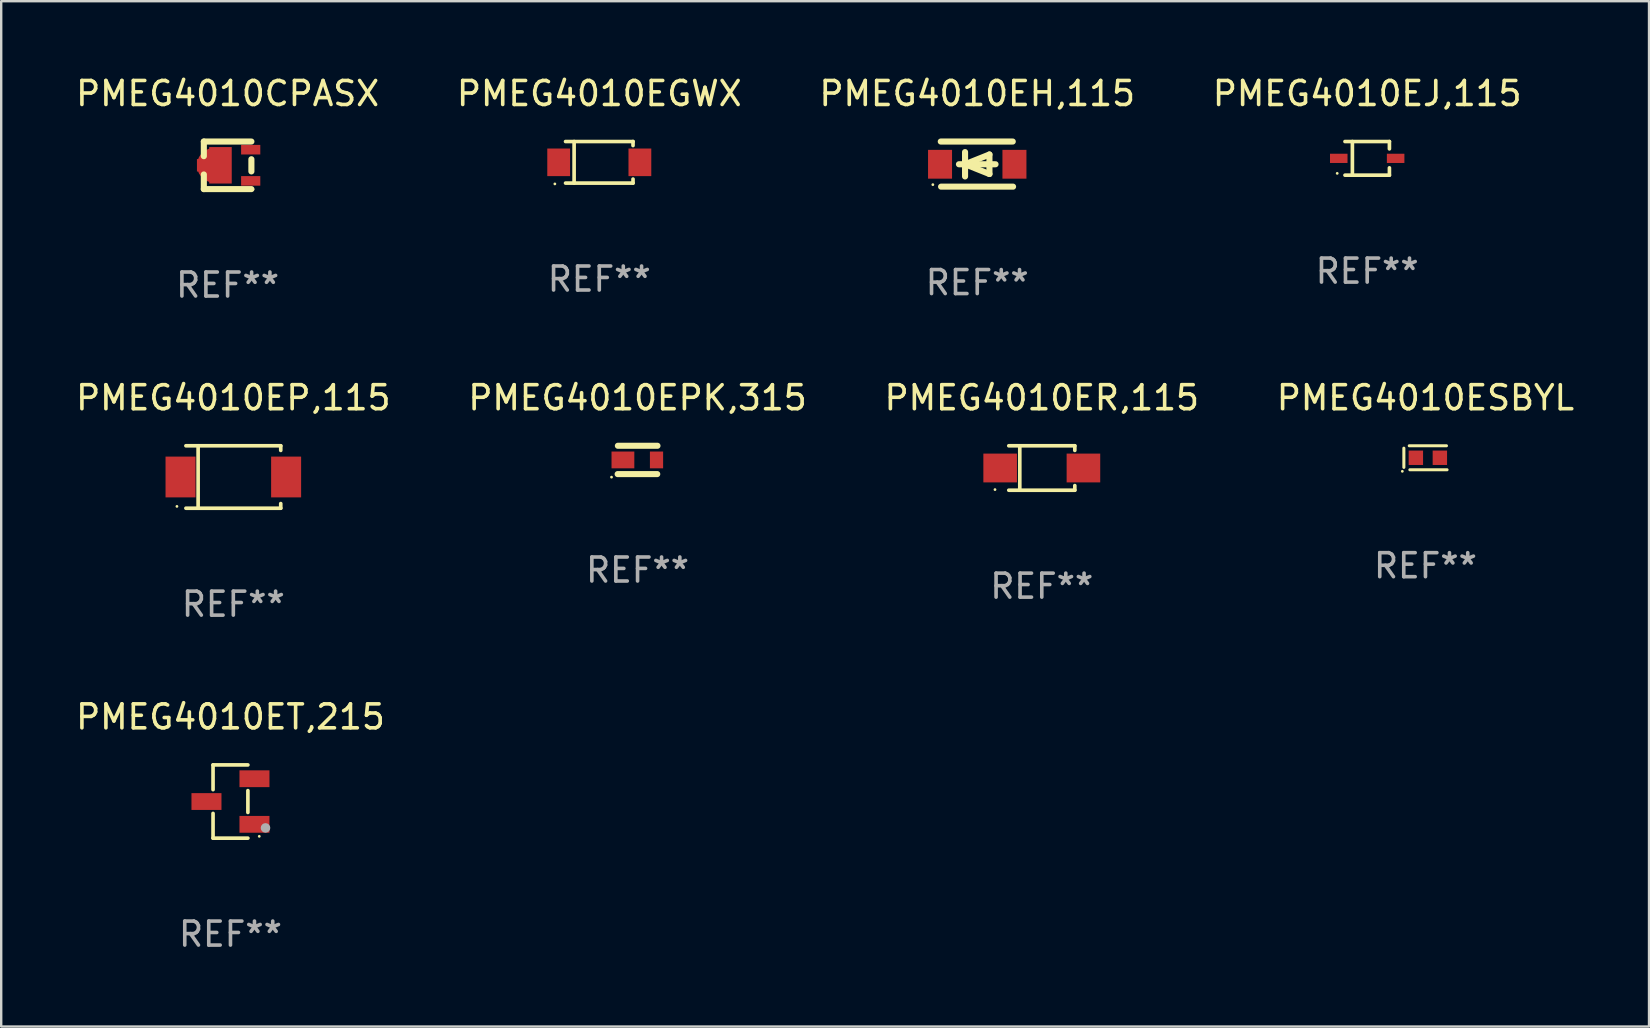
<source format=kicad_pcb>
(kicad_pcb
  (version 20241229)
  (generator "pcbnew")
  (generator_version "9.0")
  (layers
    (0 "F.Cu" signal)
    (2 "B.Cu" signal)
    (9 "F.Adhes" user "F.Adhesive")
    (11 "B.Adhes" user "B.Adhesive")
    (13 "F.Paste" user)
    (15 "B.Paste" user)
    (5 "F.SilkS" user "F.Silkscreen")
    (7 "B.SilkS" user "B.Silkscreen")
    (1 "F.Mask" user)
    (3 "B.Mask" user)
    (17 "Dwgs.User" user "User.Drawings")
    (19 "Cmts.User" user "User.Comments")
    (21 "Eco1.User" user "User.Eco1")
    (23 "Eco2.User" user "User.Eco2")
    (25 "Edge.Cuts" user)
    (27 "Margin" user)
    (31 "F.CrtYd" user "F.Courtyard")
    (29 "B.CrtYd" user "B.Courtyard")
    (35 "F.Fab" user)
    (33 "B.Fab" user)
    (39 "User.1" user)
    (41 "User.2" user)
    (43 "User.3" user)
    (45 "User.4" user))
  (footprint "PMEG4010ER,115"
    (layer "F.Cu")
    (at 40.363 16.452)
    (property "Reference" "PMEG4010ER,115" (at 0 -2.926 0) (layer "F.SilkS") (effects (font (size 1 1) (thickness 0.15))))
    (attr through_hole)
    (fp_line (start -1.376 -0.926) (end 1.376 -0.926) (stroke (width 0.152) (type solid)) (layer "F.SilkS"))
    (fp_line (start -1.376 0.926) (end 1.376 0.926) (stroke (width 0.152) (type solid)) (layer "F.SilkS"))
    (fp_line (start -0.917 -0.876) (end -0.917 0.876) (stroke (width 0.152) (type solid)) (layer "F.SilkS"))
    (fp_line (start 1.376 -0.926) (end 1.376 -0.733) (stroke (width 0.152) (type solid)) (layer "F.SilkS"))
    (fp_line (start 1.376 0.926) (end 1.376 0.733) (stroke (width 0.152) (type solid)) (layer "F.SilkS"))
    (fp_circle (center -1.95 0.9) (end -1.92 0.9) (stroke (width 0.06) (type solid)) (fill no) (layer "F.SilkS"))
    (fp_text user "REF**" (at 0 4.926 0) (layer "F.Fab") (effects (font (size 1 1) (thickness 0.15))))
    (pad "1" smd rect (at -1.735 0) (size 1.4 1.2) (layers "F.Cu" "F.Mask" "F.Paste"))
    (pad "2" smd rect (at 1.735 0) (size 1.4 1.2) (layers "F.Cu" "F.Mask" "F.Paste")))
  (footprint "PMEG4010CPASX"
    (layer "F.Cu")
    (at 6.435 3.839)
    (property "Reference" "PMEG4010CPASX" (at 0 -2.991 0) (layer "F.SilkS") (effects (font (size 1 1) (thickness 0.15))))
    (attr through_hole)
    (fp_line (start -0.991 -0.991) (end -0.991 -0.381) (stroke (width 0.254) (type solid)) (layer "F.SilkS"))
    (fp_line (start -0.991 0.381) (end -0.991 0.991) (stroke (width 0.254) (type solid)) (layer "F.SilkS"))
    (fp_line (start -0.991 0.991) (end 0.991 0.991) (stroke (width 0.254) (type solid)) (layer "F.SilkS"))
    (fp_line (start 0.991 -0.991) (end -0.991 -0.991) (stroke (width 0.254) (type solid)) (layer "F.SilkS"))
    (fp_line (start 0.991 -0.254) (end 0.991 0.254) (stroke (width 0.254) (type solid)) (layer "F.SilkS"))
    (fp_circle (center 1.054 0.999) (end 1.084 0.999) (stroke (width 0.06) (type solid)) (fill no) (layer "F.SilkS"))
    (fp_text user "REF**" (at 0 4.991 0) (layer "F.Fab") (effects (font (size 1 1) (thickness 0.15))))
    (pad "1" smd rect (at 0.962 0.649 270) (size 0.399 0.8) (layers "F.Cu" "F.Mask" "F.Paste"))
    (pad "2" smd rect (at 0.962 -0.651 270) (size 0.399 0.8) (layers "F.Cu" "F.Mask" "F.Paste"))
    (pad "3" smd custom (at -0.553 -0.001) (size 1.45 1.52) (layers "F.Cu" "F.Mask" "F.Paste") (options (anchor circle)) (primitives (gr_poly (pts (xy -0.725 -0.26) (xy -0.225 -0.26) (xy -0.215 -0.26) (xy -0.215 -0.76) (xy 0.725 -0.76) (xy 0.725 0.75) (xy 0.725 0.76) (xy -0.205 0.76) (xy -0.215 0.76) (xy -0.215 0.75) (xy -0.215 0.26) (xy -0.725 0.26)) (width 0) (fill yes)))))
  (footprint "PMEG4010EPK,315"
    (layer "F.Cu")
    (at 23.518 16.116)
    (property "Reference" "PMEG4010EPK,315" (at 0 -2.59 0) (layer "F.SilkS") (effects (font (size 1 1) (thickness 0.15))))
    (attr through_hole)
    (fp_line (start -0.83 0.59) (end 0.82 0.59) (stroke (width 0.254) (type solid)) (layer "F.SilkS"))
    (fp_line (start -0.82 -0.59) (end 0.83 -0.59) (stroke (width 0.254) (type solid)) (layer "F.SilkS"))
    (fp_circle (center -1.085 0.717) (end -1.055 0.717) (stroke (width 0.06) (type solid)) (fill no) (layer "F.SilkS"))
    (fp_text user "REF**" (at 0 4.59 0) (layer "F.Fab") (effects (font (size 1 1) (thickness 0.15))))
    (pad "1" smd rect (at -0.61 -0.000013) (size 0.95 0.7) (layers "F.Cu" "F.Mask" "F.Paste"))
    (pad "2" smd rect (at 0.79 -0.000013) (size 0.55 0.7) (layers "F.Cu" "F.Mask" "F.Paste")))
  (footprint "PMEG4010EJ,115"
    (layer "F.Cu")
    (at 53.923 3.549)
    (property "Reference" "PMEG4010EJ,115" (at 0 -2.701 0) (layer "F.SilkS") (effects (font (size 1 1) (thickness 0.15))))
    (attr through_hole)
    (fp_line (start -0.926 -0.701) (end 0.926 -0.701) (stroke (width 0.152) (type solid)) (layer "F.SilkS"))
    (fp_line (start -0.926 0.701) (end 0.926 0.701) (stroke (width 0.152) (type solid)) (layer "F.SilkS"))
    (fp_line (start -0.617 -0.701) (end -0.617 0.701) (stroke (width 0.152) (type solid)) (layer "F.SilkS"))
    (fp_line (start 0.926 -0.701) (end 0.926 -0.396) (stroke (width 0.152) (type solid)) (layer "F.SilkS"))
    (fp_line (start 0.926 0.701) (end 0.926 0.396) (stroke (width 0.152) (type solid)) (layer "F.SilkS"))
    (fp_circle (center -1.25 0.625) (end -1.22 0.625) (stroke (width 0.06) (type solid)) (fill no) (layer "F.SilkS"))
    (fp_text user "REF**" (at 0 4.701 0) (layer "F.Fab") (effects (font (size 1 1) (thickness 0.15))))
    (pad "1" smd rect (at -1.185 0 180) (size 0.73 0.385) (layers "F.Cu" "F.Mask" "F.Paste"))
    (pad "2" smd rect (at 1.185 0 180) (size 0.73 0.385) (layers "F.Cu" "F.Mask" "F.Paste")))
  (footprint "PMEG4010EGWX"
    (layer "F.Cu")
    (at 21.923 3.714)
    (property "Reference" "PMEG4010EGWX" (at 0 -2.866 0) (layer "F.SilkS") (effects (font (size 1 1) (thickness 0.15))))
    (attr through_hole)
    (fp_line (start -1.406 -0.866) (end 1.406 -0.866) (stroke (width 0.152) (type solid)) (layer "F.SilkS"))
    (fp_line (start -1.406 0.866) (end 1.406 0.866) (stroke (width 0.152) (type solid)) (layer "F.SilkS"))
    (fp_line (start -1.049 -0.866) (end -1.049 0.866) (stroke (width 0.152) (type solid)) (layer "F.SilkS"))
    (fp_line (start 1.406 -0.866) (end 1.406 -0.698) (stroke (width 0.152) (type solid)) (layer "F.SilkS"))
    (fp_line (start 1.406 0.866) (end 1.406 0.698) (stroke (width 0.152) (type solid)) (layer "F.SilkS"))
    (fp_circle (center -1.851 0.9) (end -1.821 0.9) (stroke (width 0.06) (type solid)) (fill no) (layer "F.SilkS"))
    (fp_text user "REF**" (at 0 4.866 0) (layer "F.Fab") (effects (font (size 1 1) (thickness 0.15))))
    (pad "1" smd rect (at -1.692 0) (size 0.95 1.15) (layers "F.Cu" "F.Mask" "F.Paste"))
    (pad "2" smd rect (at 1.692 0) (size 0.95 1.15) (layers "F.Cu" "F.Mask" "F.Paste")))
  (footprint "PMEG4010ET,215"
    (layer "F.Cu")
    (at 6.554 30.351)
    (property "Reference" "PMEG4010ET,215" (at 0 -3.526 0) (layer "F.SilkS") (effects (font (size 1 1) (thickness 0.15))))
    (attr through_hole)
    (fp_line (start -0.726 -1.526) (end -0.726 -0.495) (stroke (width 0.152) (type solid)) (layer "F.SilkS"))
    (fp_line (start -0.726 1.526) (end -0.726 0.495) (stroke (width 0.152) (type solid)) (layer "F.SilkS"))
    (fp_line (start 0.726 -1.526) (end -0.726 -1.526) (stroke (width 0.152) (type solid)) (layer "F.SilkS"))
    (fp_line (start 0.726 -0.455) (end 0.726 0.455) (stroke (width 0.152) (type solid)) (layer "F.SilkS"))
    (fp_line (start 0.726 1.526) (end -0.726 1.526) (stroke (width 0.152) (type solid)) (layer "F.SilkS"))
    (fp_circle (center 1.2 1.45) (end 1.23 1.45) (stroke (width 0.06) (type solid)) (fill no) (layer "F.SilkS"))
    (fp_circle (center 1.46 1.1) (end 1.56 1.1) (stroke (width 0.2) (type solid)) (fill no) (layer "F.Fab"))
    (fp_text user "REF**" (at 0 5.526 0) (layer "F.Fab") (effects (font (size 1 1) (thickness 0.15))))
    (pad "1" smd rect (at 1 0.95) (size 1.25 0.7) (layers "F.Cu" "F.Mask" "F.Paste"))
    (pad "2" smd rect (at 1 -0.95) (size 1.25 0.7) (layers "F.Cu" "F.Mask" "F.Paste"))
    (pad "3" smd rect (at -1 0) (size 1.25 0.7) (layers "F.Cu" "F.Mask" "F.Paste")))
  (footprint "PMEG4010ESBYL"
    (layer "F.Cu")
    (at 56.351 16.026)
    (property "Reference" "PMEG4010ESBYL" (at 0 -2.5 0) (layer "F.SilkS") (effects (font (size 1 1) (thickness 0.15))))
    (attr through_hole)
    (fp_line (start -0.9 -0.4) (end -0.9 0.4) (stroke (width 0.127) (type solid)) (layer "F.SilkS"))
    (fp_line (start -0.675 -0.5) (end 0.875 -0.5) (stroke (width 0.127) (type solid)) (layer "F.SilkS"))
    (fp_line (start -0.65 0.5) (end 0.9 0.5) (stroke (width 0.127) (type solid)) (layer "F.SilkS"))
    (fp_circle (center -0.964 0.564) (end -0.934 0.564) (stroke (width 0.06) (type solid)) (fill no) (layer "F.SilkS"))
    (fp_text user "REF**" (at 0 4.5 0) (layer "F.Fab") (effects (font (size 1 1) (thickness 0.15))))
    (pad "1" smd rect (at -0.4 0) (size 0.6 0.6) (layers "F.Cu" "F.Mask" "F.Paste"))
    (pad "2" smd rect (at 0.6 0) (size 0.6 0.6) (layers "F.Cu" "F.Mask" "F.Paste")))
  (footprint "PMEG4010EH,115"
    (layer "F.Cu")
    (at 37.673 3.788)
    (property "Reference" "PMEG4010EH,115" (at 0 -2.94 0) (layer "F.SilkS") (effects (font (size 1 1) (thickness 0.15))))
    (attr through_hole)
    (fp_line (start -1.52 -0.94) (end 1.48 -0.94) (stroke (width 0.254) (type solid)) (layer "F.SilkS"))
    (fp_line (start -1.507 0.94) (end 1.493 0.94) (stroke (width 0.254) (type solid)) (layer "F.SilkS"))
    (fp_line (start -0.762 0.007) (end 0.762 0.007) (stroke (width 0.254) (type solid)) (layer "F.SilkS"))
    (fp_line (start -0.508 -0.501) (end -0.508 0.515) (stroke (width 0.254) (type solid)) (layer "F.SilkS"))
    (fp_line (start -0.508 0.007) (end 0.508 -0.4) (stroke (width 0.254) (type solid)) (layer "F.SilkS"))
    (fp_line (start 0.508 -0.4) (end 0.508 0.413) (stroke (width 0.254) (type solid)) (layer "F.SilkS"))
    (fp_line (start 0.508 0.413) (end -0.508 0.007) (stroke (width 0.254) (type solid)) (layer "F.SilkS"))
    (fp_circle (center -1.85 0.857) (end -1.82 0.857) (stroke (width 0.06) (type solid)) (fill no) (layer "F.SilkS"))
    (fp_text user "REF**" (at 0 4.94 0) (layer "F.Fab") (effects (font (size 1 1) (thickness 0.15))))
    (pad "1" smd rect (at -1.55 0.007) (size 1 1.2) (layers "F.Cu" "F.Mask" "F.Paste"))
    (pad "2" smd rect (at 1.55 0.007) (size 1 1.2) (layers "F.Cu" "F.Mask" "F.Paste")))
  (footprint "PMEG4010EP,115"
    (layer "F.Cu")
    (at 6.673 16.827)
    (property "Reference" "PMEG4010EP,115" (at 0 -3.301 0) (layer "F.SilkS") (effects (font (size 1 1) (thickness 0.15))))
    (attr through_hole)
    (fp_line (start -1.976 -1.301) (end 1.976 -1.301) (stroke (width 0.152) (type solid)) (layer "F.SilkS"))
    (fp_line (start -1.976 1.301) (end 1.976 1.301) (stroke (width 0.152) (type solid)) (layer "F.SilkS"))
    (fp_line (start -1.467 -1.301) (end -1.467 1.301) (stroke (width 0.152) (type solid)) (layer "F.SilkS"))
    (fp_line (start 1.976 -1.301) (end 1.976 -1.108) (stroke (width 0.152) (type solid)) (layer "F.SilkS"))
    (fp_line (start 1.976 1.301) (end 1.976 1.108) (stroke (width 0.152) (type solid)) (layer "F.SilkS"))
    (fp_circle (center -2.35 1.225) (end -2.32 1.225) (stroke (width 0.06) (type solid)) (fill no) (layer "F.SilkS"))
    (fp_text user "REF**" (at 0 5.301 0) (layer "F.Fab") (effects (font (size 1 1) (thickness 0.15))))
    (pad "1" smd rect (at -2.2 0 180) (size 1.25 1.7) (layers "F.Cu" "F.Mask" "F.Paste"))
    (pad "2" smd rect (at 2.2 0 180) (size 1.25 1.7) (layers "F.Cu" "F.Mask" "F.Paste")))
  (gr_rect
    (start -3 -3)
    (end 65.667 39.726)
    (stroke (width 0.1) (type default))
    (fill no)
    (layer "Edge.Cuts")))
</source>
